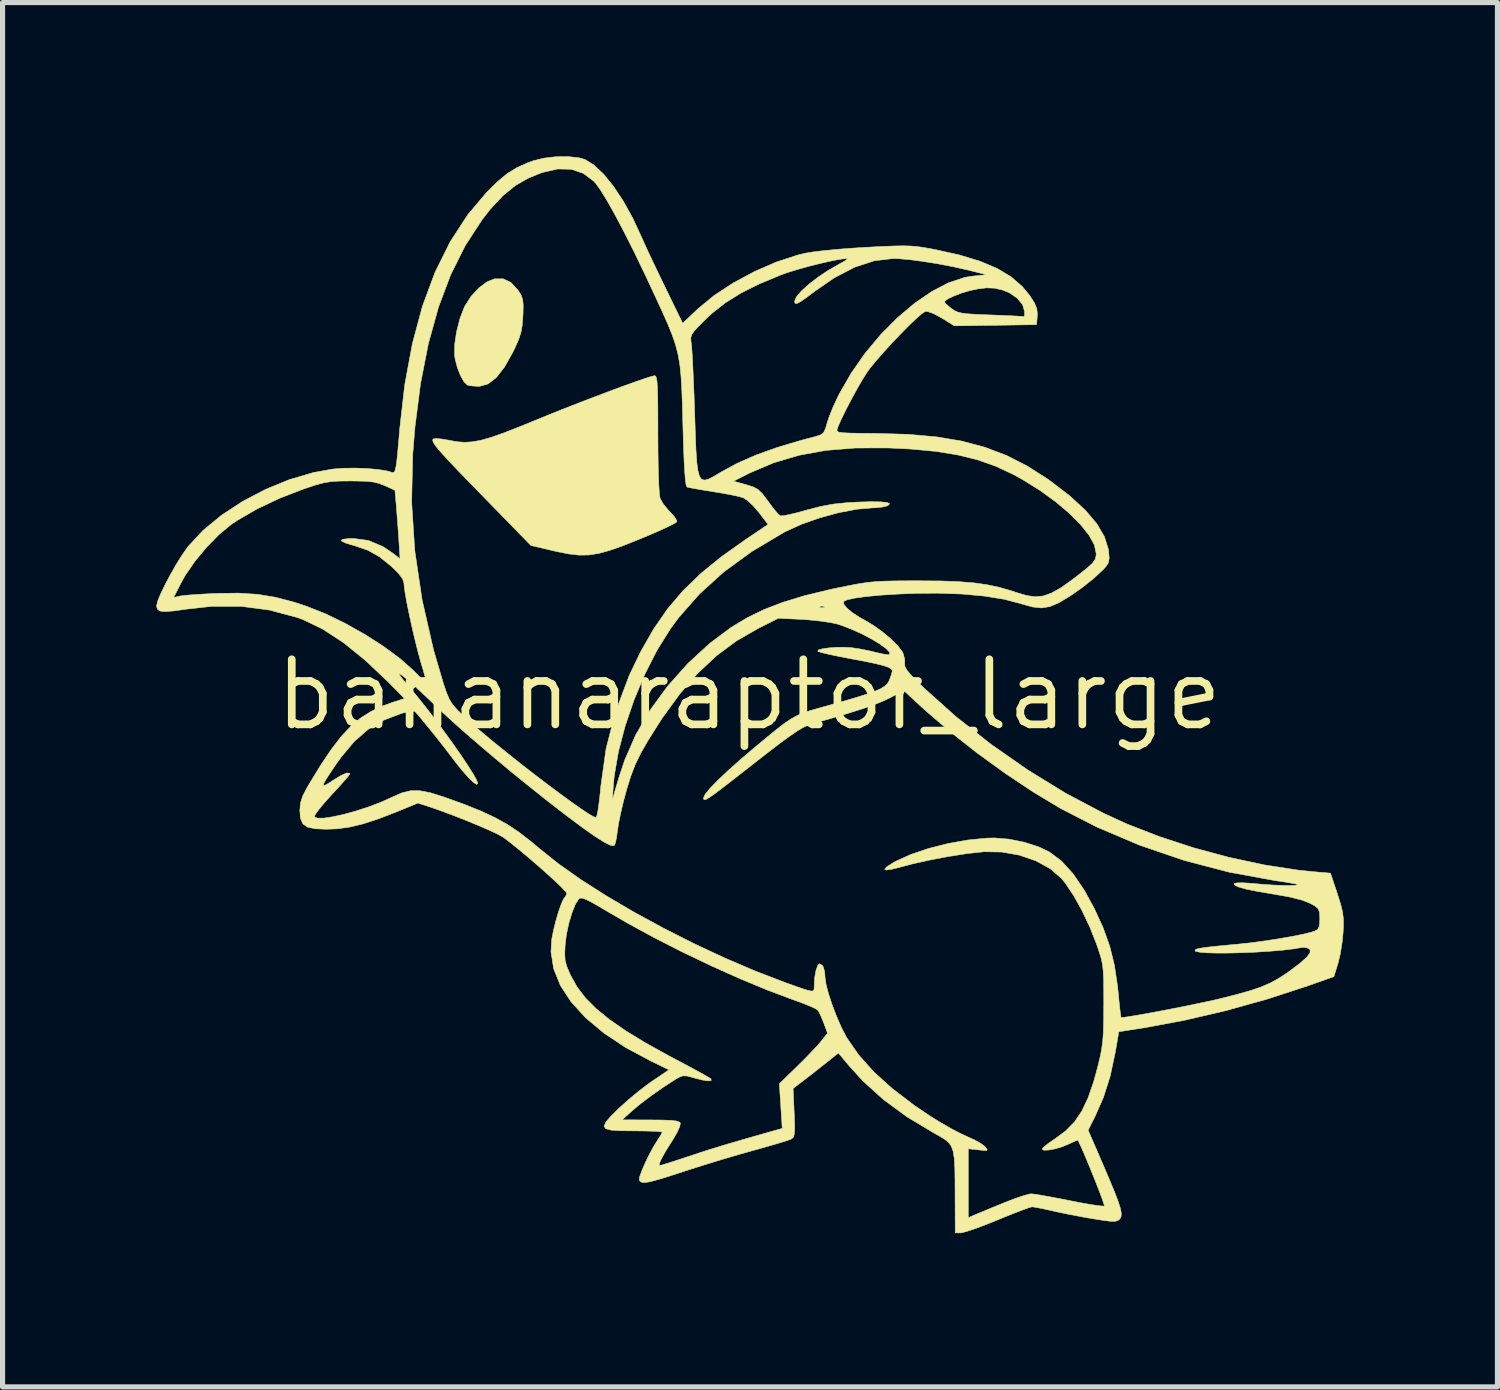
<source format=kicad_pcb>
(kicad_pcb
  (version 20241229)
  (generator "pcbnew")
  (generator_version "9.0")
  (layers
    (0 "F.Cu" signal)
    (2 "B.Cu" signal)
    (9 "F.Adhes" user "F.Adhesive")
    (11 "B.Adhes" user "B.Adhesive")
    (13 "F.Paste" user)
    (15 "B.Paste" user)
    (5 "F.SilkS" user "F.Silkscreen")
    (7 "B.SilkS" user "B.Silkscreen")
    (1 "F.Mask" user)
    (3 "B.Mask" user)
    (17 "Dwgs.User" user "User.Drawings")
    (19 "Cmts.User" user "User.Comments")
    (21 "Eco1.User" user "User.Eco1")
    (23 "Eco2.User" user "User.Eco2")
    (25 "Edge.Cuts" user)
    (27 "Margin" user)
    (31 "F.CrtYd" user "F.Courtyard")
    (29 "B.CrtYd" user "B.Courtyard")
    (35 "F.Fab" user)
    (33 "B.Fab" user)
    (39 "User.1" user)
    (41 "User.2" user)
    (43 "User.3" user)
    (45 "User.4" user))
  (footprint "bananaraptor_large"
    (layer "F.Cu")
    (at 11.562 10.501)
    (property "Reference" "bananaraptor_large" (at 0 0 0) (layer "F.SilkS") (effects (font (size 1.27 1.27) (thickness 0.15))))
    (attr through_hole)
    (fp_poly (pts (xy -4.645 -8.04) (xy -4.507 -7.891) (xy -4.495 -7.873) (xy -4.444 -7.789) (xy -4.416 -7.706) (xy -4.406 -7.597) (xy -4.409 -7.436) (xy -4.412 -7.384) (xy -4.425 -7.205) (xy -4.451 -7.061) (xy -4.498 -6.919) (xy -4.575 -6.747) (xy -4.61 -6.676) (xy -4.772 -6.389) (xy -4.932 -6.185) (xy -5.093 -6.061) (xy -5.257 -6.015) (xy -5.281 -6.015) (xy -5.4 -6.022) (xy -5.486 -6.037) (xy -5.494 -6.04) (xy -5.56 -6.102) (xy -5.629 -6.224) (xy -5.69 -6.38) (xy -5.733 -6.546) (xy -5.744 -6.62) (xy -5.742 -6.833) (xy -5.705 -7.083) (xy -5.64 -7.337) (xy -5.555 -7.558) (xy -5.544 -7.58) (xy -5.422 -7.77) (xy -5.27 -7.935) (xy -5.109 -8.055) (xy -4.968 -8.111) (xy -4.795 -8.112) (xy -4.645 -8.04)) (stroke (width 0.01) (type solid)) (fill yes) (layer "F.SilkS"))
    (fp_poly (pts (xy -1.821 -6.212) (xy -1.806 -6.175) (xy -1.795 -6.101) (xy -1.787 -5.982) (xy -1.782 -5.81) (xy -1.779 -5.575) (xy -1.778 -5.268) (xy -1.778 -5.083) (xy -1.776 -4.723) (xy -1.771 -4.412) (xy -1.764 -4.158) (xy -1.753 -3.969) (xy -1.74 -3.852) (xy -1.734 -3.826) (xy -1.676 -3.724) (xy -1.582 -3.608) (xy -1.541 -3.565) (xy -1.458 -3.472) (xy -1.412 -3.397) (xy -1.409 -3.373) (xy -1.451 -3.343) (xy -1.56 -3.287) (xy -1.721 -3.212) (xy -1.924 -3.123) (xy -2.141 -3.033) (xy -2.458 -2.906) (xy -2.716 -2.815) (xy -2.934 -2.755) (xy -3.128 -2.725) (xy -3.315 -2.722) (xy -3.515 -2.745) (xy -3.744 -2.79) (xy -3.831 -2.81) (xy -4.255 -2.91) (xy -5.158 -3.836) (xy -5.438 -4.123) (xy -5.663 -4.356) (xy -5.839 -4.541) (xy -5.971 -4.684) (xy -6.066 -4.792) (xy -6.127 -4.87) (xy -6.16 -4.924) (xy -6.171 -4.96) (xy -6.165 -4.986) (xy -6.165 -4.987) (xy -6.115 -4.997) (xy -6.004 -4.988) (xy -5.855 -4.963) (xy -5.841 -4.96) (xy -5.691 -4.933) (xy -5.547 -4.923) (xy -5.399 -4.932) (xy -5.232 -4.962) (xy -5.036 -5.018) (xy -4.798 -5.101) (xy -4.505 -5.215) (xy -4.208 -5.336) (xy -3.922 -5.453) (xy -3.617 -5.575) (xy -3.306 -5.697) (xy -2.998 -5.815) (xy -2.704 -5.926) (xy -2.436 -6.025) (xy -2.205 -6.108) (xy -2.02 -6.172) (xy -1.894 -6.211) (xy -1.839 -6.223) (xy -1.821 -6.212)) (stroke (width 0.01) (type solid)) (fill yes) (layer "F.SilkS"))
    (fp_poly (pts (xy -3.316 -10.473) (xy -3.2 -10.44) (xy -3.025 -10.331) (xy -2.835 -10.151) (xy -2.641 -9.911) (xy -2.449 -9.621) (xy -2.267 -9.292) (xy -2.124 -8.984) (xy -2.064 -8.851) (xy -1.977 -8.66) (xy -1.869 -8.431) (xy -1.75 -8.182) (xy -1.648 -7.97) (xy -1.295 -7.245) (xy -0.996 -7.528) (xy -0.683 -7.786) (xy -0.308 -8.032) (xy 0.104 -8.253) (xy 0.53 -8.439) (xy 0.946 -8.575) (xy 1.101 -8.613) (xy 1.244 -8.636) (xy 1.452 -8.661) (xy 1.706 -8.686) (xy 1.986 -8.708) (xy 2.273 -8.727) (xy 2.286 -8.727) (xy 2.585 -8.743) (xy 2.816 -8.752) (xy 2.998 -8.756) (xy 3.148 -8.752) (xy 3.282 -8.741) (xy 3.419 -8.721) (xy 3.575 -8.693) (xy 3.622 -8.684) (xy 4.101 -8.578) (xy 4.504 -8.456) (xy 4.837 -8.316) (xy 5.11 -8.152) (xy 5.33 -7.962) (xy 5.474 -7.787) (xy 5.566 -7.644) (xy 5.612 -7.535) (xy 5.624 -7.429) (xy 5.622 -7.388) (xy 5.609 -7.218) (xy 4.807 -7.206) (xy 4.005 -7.195) (xy 3.759 -7.347) (xy 3.597 -7.435) (xy 3.479 -7.475) (xy 3.434 -7.474) (xy 3.369 -7.431) (xy 3.26 -7.336) (xy 3.119 -7.202) (xy 2.96 -7.04) (xy 2.792 -6.865) (xy 2.629 -6.686) (xy 2.482 -6.518) (xy 2.363 -6.373) (xy 2.3 -6.287) (xy 2.211 -6.145) (xy 2.106 -5.963) (xy 1.995 -5.76) (xy 1.889 -5.557) (xy 1.8 -5.375) (xy 1.738 -5.234) (xy 1.721 -5.186) (xy 1.715 -5.156) (xy 1.724 -5.134) (xy 1.761 -5.119) (xy 1.836 -5.109) (xy 1.959 -5.103) (xy 2.142 -5.099) (xy 2.395 -5.097) (xy 2.488 -5.096) (xy 3.106 -5.078) (xy 3.657 -5.029) (xy 4.153 -4.946) (xy 4.604 -4.825) (xy 5.025 -4.665) (xy 5.427 -4.46) (xy 5.822 -4.208) (xy 5.881 -4.166) (xy 6.261 -3.874) (xy 6.561 -3.598) (xy 6.783 -3.336) (xy 6.931 -3.084) (xy 7.008 -2.839) (xy 7.014 -2.796) (xy 7.025 -2.662) (xy 7.01 -2.574) (xy 6.957 -2.494) (xy 6.896 -2.428) (xy 6.717 -2.263) (xy 6.494 -2.086) (xy 6.259 -1.922) (xy 6.046 -1.794) (xy 6.033 -1.788) (xy 5.866 -1.718) (xy 5.706 -1.692) (xy 5.529 -1.711) (xy 5.307 -1.773) (xy 5.289 -1.779) (xy 4.976 -1.861) (xy 4.593 -1.923) (xy 4.153 -1.963) (xy 3.67 -1.98) (xy 3.239 -1.976) (xy 2.877 -1.961) (xy 2.555 -1.94) (xy 2.281 -1.914) (xy 2.066 -1.884) (xy 1.917 -1.852) (xy 1.847 -1.82) (xy 1.846 -1.768) (xy 1.907 -1.69) (xy 2.017 -1.598) (xy 2.161 -1.505) (xy 2.235 -1.465) (xy 2.411 -1.361) (xy 2.594 -1.231) (xy 2.764 -1.089) (xy 2.902 -0.952) (xy 2.991 -0.835) (xy 3.004 -0.809) (xy 3.036 -0.692) (xy 3.036 -0.595) (xy 3.036 -0.594) (xy 3.042 -0.542) (xy 3.087 -0.468) (xy 3.178 -0.362) (xy 3.324 -0.215) (xy 3.405 -0.136) (xy 4.04 0.432) (xy 4.724 0.971) (xy 5.441 1.471) (xy 6.173 1.921) (xy 6.905 2.308) (xy 7.366 2.52) (xy 8.003 2.768) (xy 8.679 2.989) (xy 9.372 3.176) (xy 10.058 3.322) (xy 10.714 3.423) (xy 10.994 3.452) (xy 11.342 3.482) (xy 11.476 3.884) (xy 11.539 4.085) (xy 11.577 4.238) (xy 11.594 4.376) (xy 11.594 4.53) (xy 11.589 4.63) (xy 11.568 4.838) (xy 11.533 5.055) (xy 11.49 5.234) (xy 11.489 5.237) (xy 11.409 5.5) (xy 10.88 5.687) (xy 10.104 5.94) (xy 9.297 6.165) (xy 8.49 6.353) (xy 7.715 6.497) (xy 7.681 6.502) (xy 7.213 6.575) (xy 7.143 6.981) (xy 7.044 7.445) (xy 6.913 7.856) (xy 6.754 8.217) (xy 6.614 8.496) (xy 6.906 9.169) (xy 7.036 9.474) (xy 7.134 9.711) (xy 7.202 9.89) (xy 7.244 10.022) (xy 7.261 10.114) (xy 7.258 10.178) (xy 7.236 10.223) (xy 7.225 10.235) (xy 7.187 10.262) (xy 7.133 10.274) (xy 7.044 10.272) (xy 6.903 10.254) (xy 6.724 10.226) (xy 6.489 10.185) (xy 6.237 10.137) (xy 6.009 10.09) (xy 5.934 10.073) (xy 5.766 10.035) (xy 5.625 10.007) (xy 5.536 9.992) (xy 5.521 9.991) (xy 5.463 10.006) (xy 5.342 10.049) (xy 5.173 10.114) (xy 4.971 10.195) (xy 4.851 10.245) (xy 4.632 10.333) (xy 4.433 10.408) (xy 4.271 10.463) (xy 4.161 10.494) (xy 4.131 10.499) (xy 4.022 10.499) (xy 4.019 9.79) (xy 4.018 9.472) (xy 4.014 9.227) (xy 4.003 9.043) (xy 3.981 8.907) (xy 3.945 8.808) (xy 3.891 8.733) (xy 3.814 8.671) (xy 3.711 8.609) (xy 3.619 8.558) (xy 3.085 8.238) (xy 2.623 7.9) (xy 2.221 7.537) (xy 1.945 7.232) (xy 1.743 6.99) (xy 1.494 7.189) (xy 1.337 7.313) (xy 1.174 7.441) (xy 1.052 7.534) (xy 0.859 7.682) (xy 0.88 8.154) (xy 0.888 8.362) (xy 0.888 8.5) (xy 0.88 8.586) (xy 0.862 8.635) (xy 0.83 8.663) (xy 0.821 8.669) (xy 0.754 8.694) (xy 0.621 8.736) (xy 0.438 8.79) (xy 0.222 8.852) (xy 0.085 8.89) (xy -0.202 8.971) (xy -0.532 9.068) (xy -0.871 9.172) (xy -1.183 9.271) (xy -1.263 9.297) (xy -1.546 9.389) (xy -1.76 9.455) (xy -1.914 9.497) (xy -2.019 9.516) (xy -2.086 9.515) (xy -2.124 9.495) (xy -2.142 9.466) (xy -2.134 9.404) (xy -2.092 9.288) (xy -2.028 9.139) (xy -1.949 8.976) (xy -1.865 8.82) (xy -1.785 8.69) (xy -1.773 8.672) (xy -1.718 8.587) (xy -1.693 8.536) (xy -1.693 8.534) (xy -1.733 8.525) (xy -1.842 8.517) (xy -2.004 8.512) (xy -2.203 8.509) (xy -2.245 8.509) (xy -2.507 8.506) (xy -2.689 8.495) (xy -2.795 8.467) (xy -2.829 8.417) (xy -2.794 8.338) (xy -2.696 8.225) (xy -2.539 8.069) (xy -2.533 8.064) (xy -2.353 7.901) (xy -2.146 7.73) (xy -1.95 7.581) (xy -1.889 7.539) (xy -1.562 7.318) (xy -1.913 7.148) (xy -2.405 6.885) (xy -2.831 6.602) (xy -3.187 6.304) (xy -3.471 5.993) (xy -3.68 5.673) (xy -3.812 5.347) (xy -3.858 5.051) (xy -3.596 5.051) (xy -3.588 5.179) (xy -3.558 5.295) (xy -3.498 5.437) (xy -3.479 5.479) (xy -3.356 5.7) (xy -3.194 5.913) (xy -2.986 6.123) (xy -2.725 6.336) (xy -2.406 6.557) (xy -2.021 6.792) (xy -1.563 7.046) (xy -1.439 7.111) (xy -1.223 7.226) (xy -1.032 7.329) (xy -0.88 7.413) (xy -0.778 7.472) (xy -0.743 7.496) (xy -0.737 7.527) (xy -0.798 7.534) (xy -0.913 7.517) (xy -1.07 7.477) (xy -1.081 7.473) (xy -1.208 7.439) (xy -1.293 7.436) (xy -1.372 7.466) (xy -1.437 7.504) (xy -1.671 7.656) (xy -1.912 7.825) (xy -2.131 7.991) (xy -2.288 8.124) (xy -2.477 8.294) (xy -1.92 8.296) (xy -1.683 8.298) (xy -1.519 8.305) (xy -1.415 8.317) (xy -1.359 8.337) (xy -1.34 8.358) (xy -1.351 8.421) (xy -1.399 8.531) (xy -1.476 8.664) (xy -1.482 8.674) (xy -1.619 8.892) (xy -1.709 9.052) (xy -1.752 9.151) (xy -1.746 9.186) (xy -1.745 9.186) (xy -1.694 9.173) (xy -1.579 9.138) (xy -1.417 9.086) (xy -1.224 9.022) (xy -1.205 9.016) (xy -0.961 8.935) (xy -0.717 8.857) (xy -0.454 8.777) (xy -0.154 8.689) (xy 0.202 8.587) (xy 0.398 8.531) (xy 0.647 8.461) (xy 0.619 8.025) (xy 0.591 7.59) (xy 0.934 7.256) (xy 1.088 7.103) (xy 1.233 6.953) (xy 1.349 6.828) (xy 1.404 6.763) (xy 1.531 6.604) (xy 1.457 6.403) (xy 1.405 6.276) (xy 1.357 6.179) (xy 1.337 6.151) (xy 1.28 6.117) (xy 1.161 6.064) (xy 0.999 6) (xy 0.853 5.948) (xy 0.367 5.766) (xy -0.167 5.545) (xy -0.728 5.294) (xy -1.295 5.023) (xy -1.849 4.741) (xy -2.368 4.458) (xy -2.701 4.265) (xy -2.921 4.135) (xy -3.079 4.045) (xy -3.189 3.991) (xy -3.26 3.968) (xy -3.303 3.971) (xy -3.321 3.984) (xy -3.389 4.091) (xy -3.456 4.259) (xy -3.517 4.463) (xy -3.563 4.681) (xy -3.587 4.875) (xy -3.596 5.051) (xy -3.858 5.051) (xy -3.864 5.018) (xy -3.849 4.773) (xy -3.815 4.599) (xy -3.769 4.413) (xy -3.717 4.235) (xy -3.664 4.086) (xy -3.619 3.985) (xy -3.595 3.956) (xy -3.559 3.897) (xy -3.556 3.874) (xy -3.587 3.831) (xy -3.671 3.744) (xy -3.797 3.624) (xy -3.953 3.482) (xy -4.127 3.328) (xy -4.308 3.173) (xy -4.482 3.027) (xy -4.639 2.9) (xy -4.767 2.802) (xy -4.806 2.775) (xy -4.903 2.721) (xy -5.063 2.646) (xy -5.268 2.557) (xy -5.501 2.461) (xy -5.744 2.365) (xy -5.981 2.276) (xy -6.194 2.201) (xy -6.246 2.184) (xy -6.46 2.115) (xy -6.881 2.288) (xy -7.234 2.424) (xy -7.532 2.521) (xy -7.795 2.584) (xy -8.04 2.617) (xy -8.244 2.625) (xy -8.464 2.616) (xy -8.613 2.584) (xy -8.705 2.519) (xy -8.75 2.413) (xy -8.753 2.381) (xy -8.481 2.381) (xy -8.48 2.383) (xy -8.418 2.409) (xy -8.291 2.408) (xy -8.113 2.381) (xy -7.901 2.334) (xy -7.666 2.269) (xy -7.424 2.19) (xy -7.188 2.101) (xy -6.974 2.005) (xy -6.947 1.992) (xy -6.766 1.913) (xy -6.599 1.874) (xy -6.423 1.874) (xy -6.217 1.913) (xy -5.961 1.993) (xy -5.927 2.005) (xy -5.543 2.144) (xy -5.224 2.273) (xy -4.954 2.399) (xy -4.715 2.532) (xy -4.489 2.682) (xy -4.262 2.858) (xy -4.085 3.006) (xy -3.717 3.3) (xy -3.28 3.608) (xy -2.785 3.924) (xy -2.246 4.241) (xy -1.673 4.553) (xy -1.081 4.853) (xy -0.481 5.134) (xy 0.115 5.389) (xy 0.695 5.612) (xy 0.72 5.621) (xy 0.939 5.699) (xy 1.09 5.751) (xy 1.187 5.778) (xy 1.241 5.782) (xy 1.265 5.763) (xy 1.27 5.724) (xy 1.27 5.686) (xy 1.28 5.519) (xy 1.306 5.377) (xy 1.341 5.28) (xy 1.377 5.249) (xy 1.439 5.289) (xy 1.475 5.401) (xy 1.482 5.511) (xy 1.5 5.643) (xy 1.548 5.829) (xy 1.619 6.046) (xy 1.706 6.273) (xy 1.799 6.487) (xy 1.892 6.668) (xy 1.904 6.689) (xy 2.137 7.026) (xy 2.43 7.355) (xy 2.79 7.681) (xy 3.222 8.011) (xy 3.545 8.229) (xy 3.745 8.352) (xy 3.951 8.47) (xy 4.136 8.566) (xy 4.248 8.617) (xy 4.399 8.686) (xy 4.527 8.758) (xy 4.6 8.814) (xy 4.643 8.867) (xy 4.64 8.89) (xy 4.577 8.89) (xy 4.477 8.88) (xy 4.276 8.858) (xy 4.276 10.203) (xy 4.434 10.135) (xy 4.543 10.09) (xy 4.703 10.023) (xy 4.891 9.946) (xy 5 9.902) (xy 5.181 9.832) (xy 5.341 9.777) (xy 5.459 9.744) (xy 5.504 9.737) (xy 5.577 9.745) (xy 5.717 9.768) (xy 5.906 9.802) (xy 6.127 9.844) (xy 6.252 9.869) (xy 6.476 9.913) (xy 6.671 9.947) (xy 6.82 9.969) (xy 6.911 9.977) (xy 6.931 9.974) (xy 6.921 9.932) (xy 6.885 9.827) (xy 6.829 9.677) (xy 6.758 9.496) (xy 6.68 9.302) (xy 6.601 9.109) (xy 6.527 8.934) (xy 6.465 8.793) (xy 6.421 8.701) (xy 6.414 8.69) (xy 6.377 8.701) (xy 6.289 8.741) (xy 6.232 8.768) (xy 6.103 8.821) (xy 5.965 8.861) (xy 5.839 8.884) (xy 5.748 8.886) (xy 5.715 8.864) (xy 5.749 8.824) (xy 5.836 8.755) (xy 5.959 8.67) (xy 5.97 8.663) (xy 6.176 8.51) (xy 6.348 8.335) (xy 6.491 8.124) (xy 6.613 7.866) (xy 6.724 7.546) (xy 6.806 7.243) (xy 6.848 7.069) (xy 6.878 6.917) (xy 6.898 6.767) (xy 6.911 6.598) (xy 6.917 6.391) (xy 6.919 6.125) (xy 6.92 6.032) (xy 6.919 5.76) (xy 6.917 5.555) (xy 6.91 5.399) (xy 6.896 5.274) (xy 6.874 5.163) (xy 6.84 5.049) (xy 6.794 4.912) (xy 6.779 4.868) (xy 6.649 4.538) (xy 6.497 4.216) (xy 6.334 3.923) (xy 6.173 3.682) (xy 6.097 3.588) (xy 5.877 3.396) (xy 5.597 3.242) (xy 5.276 3.131) (xy 4.931 3.07) (xy 4.581 3.064) (xy 4.565 3.066) (xy 4.252 3.1) (xy 3.893 3.156) (xy 3.524 3.226) (xy 3.179 3.303) (xy 2.97 3.359) (xy 2.785 3.406) (xy 2.676 3.421) (xy 2.644 3.404) (xy 2.69 3.356) (xy 2.813 3.278) (xy 2.86 3.251) (xy 3.151 3.119) (xy 3.499 3.001) (xy 3.88 2.904) (xy 4.267 2.835) (xy 4.635 2.799) (xy 4.784 2.795) (xy 5.069 2.818) (xy 5.37 2.879) (xy 5.653 2.97) (xy 5.856 3.067) (xy 6.093 3.244) (xy 6.319 3.491) (xy 6.54 3.815) (xy 6.733 4.168) (xy 6.908 4.55) (xy 7.036 4.907) (xy 7.126 5.273) (xy 7.187 5.679) (xy 7.202 5.821) (xy 7.22 6.009) (xy 7.237 6.163) (xy 7.25 6.264) (xy 7.257 6.297) (xy 7.303 6.296) (xy 7.418 6.279) (xy 7.588 6.251) (xy 7.801 6.213) (xy 8.042 6.168) (xy 8.297 6.119) (xy 8.553 6.068) (xy 8.797 6.017) (xy 9.014 5.971) (xy 9.191 5.93) (xy 9.211 5.925) (xy 9.533 5.843) (xy 9.79 5.77) (xy 9.997 5.699) (xy 10.172 5.622) (xy 10.333 5.534) (xy 10.496 5.427) (xy 10.55 5.389) (xy 10.749 5.238) (xy 10.879 5.122) (xy 10.942 5.036) (xy 10.944 4.976) (xy 10.916 4.949) (xy 10.829 4.928) (xy 10.774 4.933) (xy 10.611 4.96) (xy 10.401 4.985) (xy 10.158 5.005) (xy 9.896 5.022) (xy 9.628 5.033) (xy 9.37 5.04) (xy 9.136 5.041) (xy 8.938 5.036) (xy 8.792 5.024) (xy 8.711 5.006) (xy 8.701 4.998) (xy 8.702 4.979) (xy 8.736 4.961) (xy 8.813 4.944) (xy 8.941 4.926) (xy 9.131 4.905) (xy 9.391 4.88) (xy 9.546 4.866) (xy 9.799 4.839) (xy 10.071 4.802) (xy 10.344 4.76) (xy 10.599 4.715) (xy 10.817 4.671) (xy 10.979 4.63) (xy 11.03 4.613) (xy 11.094 4.578) (xy 11.125 4.516) (xy 11.133 4.402) (xy 11.134 4.372) (xy 11.129 4.249) (xy 11.102 4.175) (xy 11.033 4.118) (xy 10.947 4.071) (xy 10.785 4.007) (xy 10.547 3.947) (xy 10.245 3.893) (xy 9.928 3.84) (xy 9.691 3.792) (xy 9.537 3.748) (xy 9.466 3.709) (xy 9.468 3.682) (xy 9.524 3.671) (xy 9.642 3.67) (xy 9.798 3.68) (xy 9.842 3.684) (xy 10.029 3.701) (xy 10.221 3.714) (xy 10.402 3.721) (xy 10.555 3.723) (xy 10.661 3.719) (xy 10.705 3.709) (xy 10.704 3.705) (xy 10.657 3.691) (xy 10.543 3.67) (xy 10.383 3.644) (xy 10.24 3.623) (xy 9.366 3.463) (xy 8.484 3.232) (xy 7.615 2.935) (xy 6.778 2.579) (xy 6.073 2.217) (xy 5.552 1.904) (xy 5.005 1.54) (xy 4.455 1.142) (xy 3.926 0.725) (xy 3.439 0.308) (xy 3.319 0.198) (xy 3.018 -0.081) (xy 2.747 0.062) (xy 2.608 0.128) (xy 2.43 0.199) (xy 2.204 0.278) (xy 1.919 0.368) (xy 1.569 0.472) (xy 1.228 0.569) (xy 1.143 0.598) (xy 1.048 0.644) (xy 0.934 0.712) (xy 0.791 0.81) (xy 0.61 0.942) (xy 0.382 1.117) (xy 0.127 1.316) (xy -0.16 1.54) (xy -0.387 1.717) (xy -0.561 1.851) (xy -0.69 1.947) (xy -0.78 2.009) (xy -0.838 2.042) (xy -0.871 2.051) (xy -0.885 2.041) (xy -0.889 2.015) (xy -0.889 2.013) (xy -0.856 1.943) (xy -0.762 1.828) (xy -0.612 1.673) (xy -0.411 1.483) (xy -0.166 1.265) (xy 0.106 1.033) (xy 0.347 0.833) (xy 0.536 0.679) (xy 0.687 0.562) (xy 0.815 0.475) (xy 0.932 0.41) (xy 1.053 0.358) (xy 1.191 0.312) (xy 1.36 0.263) (xy 1.46 0.235) (xy 1.81 0.137) (xy 2.086 0.056) (xy 2.299 -0.011) (xy 2.458 -0.068) (xy 2.571 -0.118) (xy 2.647 -0.165) (xy 2.697 -0.213) (xy 2.729 -0.266) (xy 2.735 -0.279) (xy 2.774 -0.385) (xy 2.794 -0.459) (xy 2.794 -0.465) (xy 2.777 -0.5) (xy 2.72 -0.534) (xy 2.613 -0.57) (xy 2.449 -0.61) (xy 2.217 -0.658) (xy 1.974 -0.703) (xy 1.758 -0.745) (xy 1.571 -0.784) (xy 1.43 -0.817) (xy 1.35 -0.841) (xy 1.339 -0.847) (xy 1.352 -0.872) (xy 1.429 -0.894) (xy 1.552 -0.912) (xy 1.701 -0.923) (xy 1.855 -0.925) (xy 1.996 -0.917) (xy 2.004 -0.916) (xy 2.175 -0.89) (xy 2.369 -0.85) (xy 2.472 -0.825) (xy 2.607 -0.794) (xy 2.706 -0.779) (xy 2.743 -0.782) (xy 2.74 -0.83) (xy 2.67 -0.902) (xy 2.549 -0.99) (xy 2.389 -1.086) (xy 2.204 -1.184) (xy 2.005 -1.274) (xy 1.808 -1.35) (xy 1.735 -1.374) (xy 1.593 -1.406) (xy 1.396 -1.435) (xy 1.175 -1.458) (xy 1.037 -1.468) (xy 0.572 -1.491) (xy 0.179 -1.293) (xy -0.241 -1.052) (xy -0.631 -0.763) (xy -0.998 -0.42) (xy -1.351 -0.015) (xy -1.697 0.461) (xy -1.968 0.889) (xy -2.112 1.14) (xy -2.221 1.364) (xy -2.31 1.598) (xy -2.39 1.856) (xy -2.451 2.084) (xy -2.505 2.313) (xy -2.546 2.514) (xy -2.566 2.646) (xy -2.586 2.791) (xy -2.61 2.9) (xy -2.633 2.947) (xy -2.699 2.94) (xy -2.827 2.877) (xy -3.017 2.756) (xy -3.269 2.578) (xy -3.583 2.343) (xy -3.96 2.051) (xy -4.333 1.753) (xy -4.633 1.51) (xy -4.942 1.253) (xy -5.247 0.994) (xy -5.533 0.747) (xy -5.784 0.524) (xy -5.987 0.337) (xy -6.027 0.299) (xy -6.285 0.054) (xy -6.494 -0.141) (xy -6.655 -0.284) (xy -6.764 -0.374) (xy -6.819 -0.409) (xy -6.82 -0.389) (xy -6.765 -0.312) (xy -6.651 -0.176) (xy -6.639 -0.162) (xy -6.484 0.022) (xy -6.313 0.236) (xy -6.133 0.469) (xy -5.954 0.711) (xy -5.781 0.95) (xy -5.623 1.176) (xy -5.488 1.378) (xy -5.382 1.545) (xy -5.314 1.667) (xy -5.292 1.731) (xy -5.315 1.751) (xy -5.38 1.709) (xy -5.479 1.612) (xy -5.605 1.468) (xy -5.752 1.282) (xy -5.793 1.228) (xy -5.924 1.056) (xy -6.079 0.858) (xy -6.241 0.657) (xy -6.39 0.475) (xy -6.509 0.336) (xy -6.517 0.328) (xy -6.569 0.322) (xy -6.676 0.339) (xy -6.776 0.364) (xy -7.125 0.496) (xy -7.43 0.676) (xy -7.703 0.915) (xy -7.961 1.223) (xy -8.034 1.325) (xy -8.17 1.526) (xy -8.259 1.663) (xy -8.302 1.744) (xy -8.3 1.775) (xy -8.256 1.76) (xy -8.17 1.708) (xy -8.121 1.675) (xy -7.961 1.577) (xy -7.85 1.528) (xy -7.795 1.532) (xy -7.789 1.549) (xy -7.817 1.588) (xy -7.891 1.675) (xy -8.001 1.799) (xy -8.137 1.946) (xy -8.148 1.958) (xy -8.282 2.107) (xy -8.389 2.236) (xy -8.459 2.332) (xy -8.481 2.381) (xy -8.753 2.381) (xy -8.763 2.256) (xy -8.763 2.254) (xy -8.751 2.116) (xy -8.708 1.98) (xy -8.623 1.814) (xy -8.601 1.777) (xy -8.367 1.392) (xy -8.156 1.076) (xy -7.959 0.82) (xy -7.768 0.615) (xy -7.573 0.452) (xy -7.365 0.322) (xy -7.135 0.216) (xy -6.949 0.149) (xy -6.722 0.075) (xy -7.033 -0.241) (xy -7.483 -0.668) (xy -7.912 -1.015) (xy -8.32 -1.281) (xy -8.707 -1.467) (xy -8.808 -1.504) (xy -9.358 -1.651) (xy -9.91 -1.723) (xy -10.481 -1.723) (xy -10.987 -1.667) (xy -11.218 -1.634) (xy -11.379 -1.621) (xy -11.48 -1.629) (xy -11.535 -1.659) (xy -11.556 -1.714) (xy -11.557 -1.738) (xy -11.535 -1.827) (xy -11.508 -1.894) (xy -11.225 -1.894) (xy -11.105 -1.923) (xy -11.021 -1.935) (xy -10.87 -1.948) (xy -10.673 -1.961) (xy -10.448 -1.973) (xy -10.369 -1.976) (xy -9.953 -1.981) (xy -9.586 -1.957) (xy -9.239 -1.9) (xy -8.88 -1.806) (xy -8.636 -1.726) (xy -8.267 -1.58) (xy -7.88 -1.392) (xy -7.495 -1.176) (xy -7.131 -0.942) (xy -6.809 -0.704) (xy -6.548 -0.474) (xy -6.54 -0.465) (xy -6.425 -0.35) (xy -6.337 -0.262) (xy -6.288 -0.216) (xy -6.283 -0.212) (xy -6.292 -0.249) (xy -6.32 -0.351) (xy -6.363 -0.5) (xy -6.4 -0.624) (xy -6.456 -0.827) (xy -6.516 -1.065) (xy -6.575 -1.318) (xy -6.63 -1.57) (xy -6.677 -1.801) (xy -6.711 -1.995) (xy -6.729 -2.133) (xy -6.731 -2.171) (xy -6.757 -2.257) (xy -6.84 -2.367) (xy -6.974 -2.5) (xy -7.204 -2.686) (xy -7.434 -2.816) (xy -7.701 -2.908) (xy -7.758 -2.923) (xy -7.874 -2.959) (xy -7.946 -2.995) (xy -7.959 -3.011) (xy -7.92 -3.031) (xy -7.821 -3.044) (xy -7.715 -3.047) (xy -7.425 -3.008) (xy -7.144 -2.89) (xy -6.96 -2.767) (xy -6.808 -2.651) (xy -6.834 -3.051) (xy -6.849 -3.267) (xy -6.866 -3.488) (xy -6.881 -3.676) (xy -6.884 -3.719) (xy -6.888 -3.757) (xy -6.582 -3.757) (xy -6.521 -2.81) (xy -6.378 -1.848) (xy -6.155 -0.873) (xy -5.966 -0.23) (xy -5.903 -0.043) (xy -5.847 0.09) (xy -5.78 0.196) (xy -5.685 0.303) (xy -5.55 0.435) (xy -5.39 0.58) (xy -5.192 0.75) (xy -4.963 0.94) (xy -4.714 1.141) (xy -4.453 1.349) (xy -4.188 1.555) (xy -3.929 1.753) (xy -3.683 1.936) (xy -3.461 2.098) (xy -3.271 2.231) (xy -3.122 2.33) (xy -3.022 2.386) (xy -2.985 2.397) (xy -2.966 2.353) (xy -2.944 2.24) (xy -2.921 2.073) (xy -2.919 2.053) (xy -2.667 2.053) (xy -2.587 1.778) (xy -2.529 1.588) (xy -2.464 1.389) (xy -2.423 1.27) (xy -2.211 0.784) (xy -1.928 0.298) (xy -1.584 -0.171) (xy -1.192 -0.61) (xy -0.764 -1.003) (xy -0.35 -1.312) (xy -0.038 -1.5) (xy 0.295 -1.662) (xy 0.403 -1.703) (xy 1.373 -1.703) (xy 1.415 -1.697) (xy 1.47 -1.704) (xy 1.47 -1.719) (xy 1.414 -1.729) (xy 1.389 -1.722) (xy 1.373 -1.703) (xy 0.403 -1.703) (xy 0.666 -1.804) (xy 1.087 -1.932) (xy 1.575 -2.05) (xy 1.714 -2.08) (xy 1.942 -2.126) (xy 2.129 -2.162) (xy 2.294 -2.187) (xy 2.456 -2.204) (xy 2.633 -2.214) (xy 2.845 -2.219) (xy 3.11 -2.221) (xy 3.323 -2.221) (xy 3.737 -2.218) (xy 4.083 -2.205) (xy 4.377 -2.182) (xy 4.636 -2.146) (xy 4.875 -2.096) (xy 5.111 -2.028) (xy 5.229 -1.989) (xy 5.418 -1.933) (xy 5.582 -1.91) (xy 5.738 -1.925) (xy 5.9 -1.982) (xy 6.083 -2.085) (xy 6.302 -2.24) (xy 6.458 -2.36) (xy 6.606 -2.479) (xy 6.698 -2.564) (xy 6.748 -2.632) (xy 6.768 -2.699) (xy 6.771 -2.756) (xy 6.736 -2.921) (xy 6.631 -3.112) (xy 6.464 -3.321) (xy 6.243 -3.542) (xy 5.977 -3.766) (xy 5.673 -3.986) (xy 5.339 -4.194) (xy 5.156 -4.295) (xy 4.818 -4.454) (xy 4.462 -4.58) (xy 4.074 -4.676) (xy 3.641 -4.746) (xy 3.149 -4.792) (xy 2.709 -4.813) (xy 2.073 -4.812) (xy 1.497 -4.765) (xy 0.97 -4.669) (xy 0.479 -4.523) (xy 0.013 -4.325) (xy -0.024 -4.306) (xy -0.304 -4.165) (xy -0.056 -4.096) (xy 0.078 -4.054) (xy 0.172 -4.004) (xy 0.255 -3.926) (xy 0.35 -3.801) (xy 0.374 -3.768) (xy 0.47 -3.639) (xy 0.552 -3.54) (xy 0.606 -3.49) (xy 0.61 -3.488) (xy 0.67 -3.491) (xy 0.793 -3.515) (xy 0.959 -3.555) (xy 1.125 -3.601) (xy 1.394 -3.671) (xy 1.638 -3.717) (xy 1.898 -3.744) (xy 2.103 -3.756) (xy 2.37 -3.764) (xy 2.568 -3.761) (xy 2.694 -3.748) (xy 2.743 -3.725) (xy 2.712 -3.693) (xy 2.688 -3.681) (xy 2.594 -3.659) (xy 2.46 -3.645) (xy 2.41 -3.644) (xy 2.098 -3.617) (xy 1.745 -3.549) (xy 1.377 -3.449) (xy 1.022 -3.324) (xy 0.708 -3.181) (xy 0.677 -3.164) (xy 0.054 -2.793) (xy -0.492 -2.395) (xy -0.966 -1.966) (xy -1.374 -1.502) (xy -1.53 -1.291) (xy -1.79 -0.876) (xy -2.029 -0.407) (xy -2.24 0.094) (xy -2.416 0.607) (xy -2.548 1.111) (xy -2.63 1.586) (xy -2.647 1.77) (xy -2.667 2.053) (xy -2.919 2.053) (xy -2.899 1.869) (xy -2.893 1.796) (xy -2.79 1.058) (xy -2.605 0.336) (xy -2.338 -0.374) (xy -2.114 -0.839) (xy -1.864 -1.277) (xy -1.594 -1.668) (xy -1.291 -2.025) (xy -0.942 -2.363) (xy -0.535 -2.694) (xy -0.079 -3.018) (xy 0.371 -3.321) (xy 0.188 -3.56) (xy 0.078 -3.687) (xy -0.031 -3.789) (xy -0.114 -3.842) (xy -0.204 -3.867) (xy -0.355 -3.899) (xy -0.544 -3.934) (xy -0.697 -3.959) (xy -0.889 -3.99) (xy -1.052 -4.018) (xy -1.166 -4.039) (xy -1.21 -4.05) (xy -1.227 -4.086) (xy -1.242 -4.184) (xy -1.255 -4.347) (xy -1.268 -4.582) (xy -1.28 -4.892) (xy -1.291 -5.28) (xy -1.301 -5.662) (xy -1.313 -5.975) (xy -1.329 -6.233) (xy -1.352 -6.451) (xy -1.387 -6.645) (xy -1.435 -6.83) (xy -1.482 -6.967) (xy -1.136 -6.967) (xy -1.134 -6.899) (xy -1.126 -6.845) (xy -1.117 -6.757) (xy -1.107 -6.597) (xy -1.096 -6.378) (xy -1.084 -6.112) (xy -1.072 -5.814) (xy -1.061 -5.495) (xy -1.06 -5.466) (xy -1.048 -5.083) (xy -1.036 -4.778) (xy -1.021 -4.545) (xy -0.999 -4.375) (xy -0.968 -4.263) (xy -0.926 -4.202) (xy -0.867 -4.185) (xy -0.79 -4.204) (xy -0.692 -4.255) (xy -0.569 -4.328) (xy -0.548 -4.341) (xy -0.228 -4.515) (xy 0.137 -4.675) (xy 0.559 -4.826) (xy 1.049 -4.971) (xy 1.294 -5.035) (xy 1.397 -5.068) (xy 1.457 -5.116) (xy 1.496 -5.205) (xy 1.52 -5.291) (xy 1.564 -5.425) (xy 1.636 -5.603) (xy 1.724 -5.794) (xy 1.761 -5.869) (xy 1.995 -6.276) (xy 2.267 -6.664) (xy 2.569 -7.025) (xy 2.892 -7.35) (xy 3.226 -7.633) (xy 3.269 -7.662) (xy 3.81 -7.662) (xy 3.841 -7.623) (xy 3.917 -7.556) (xy 3.948 -7.533) (xy 4.007 -7.492) (xy 4.07 -7.463) (xy 4.154 -7.443) (xy 4.273 -7.429) (xy 4.443 -7.418) (xy 4.68 -7.408) (xy 4.72 -7.407) (xy 4.942 -7.398) (xy 5.132 -7.39) (xy 5.274 -7.382) (xy 5.354 -7.377) (xy 5.366 -7.375) (xy 5.374 -7.404) (xy 5.376 -7.469) (xy 5.337 -7.605) (xy 5.231 -7.735) (xy 5.074 -7.842) (xy 4.943 -7.894) (xy 4.785 -7.93) (xy 4.633 -7.936) (xy 4.459 -7.915) (xy 4.307 -7.882) (xy 4.145 -7.834) (xy 3.996 -7.777) (xy 3.879 -7.722) (xy 3.816 -7.676) (xy 3.81 -7.662) (xy 3.269 -7.662) (xy 3.563 -7.864) (xy 3.892 -8.035) (xy 4.207 -8.14) (xy 4.357 -8.164) (xy 4.636 -8.192) (xy 4.255 -8.287) (xy 3.977 -8.349) (xy 3.679 -8.406) (xy 3.383 -8.453) (xy 3.114 -8.488) (xy 2.892 -8.506) (xy 2.815 -8.508) (xy 2.447 -8.465) (xy 2.063 -8.34) (xy 1.664 -8.133) (xy 1.291 -7.876) (xy 1.121 -7.748) (xy 1.006 -7.668) (xy 0.936 -7.631) (xy 0.9 -7.632) (xy 0.889 -7.666) (xy 0.889 -7.677) (xy 0.924 -7.76) (xy 1.02 -7.873) (xy 1.164 -8.004) (xy 1.343 -8.142) (xy 1.543 -8.276) (xy 1.751 -8.395) (xy 1.764 -8.402) (xy 1.865 -8.459) (xy 1.916 -8.497) (xy 1.912 -8.508) (xy 1.8 -8.497) (xy 1.628 -8.466) (xy 1.418 -8.419) (xy 1.188 -8.362) (xy 0.961 -8.299) (xy 0.758 -8.237) (xy 0.625 -8.19) (xy 0.198 -8.012) (xy -0.158 -7.834) (xy -0.46 -7.646) (xy -0.722 -7.44) (xy -0.831 -7.338) (xy -0.973 -7.198) (xy -1.065 -7.1) (xy -1.116 -7.028) (xy -1.136 -6.967) (xy -1.482 -6.967) (xy -1.5 -7.02) (xy -1.586 -7.231) (xy -1.695 -7.477) (xy -1.817 -7.741) (xy -2.035 -8.208) (xy -2.242 -8.637) (xy -2.435 -9.02) (xy -2.61 -9.352) (xy -2.764 -9.627) (xy -2.894 -9.838) (xy -2.996 -9.98) (xy -3.027 -10.014) (xy -3.233 -10.169) (xy -3.467 -10.249) (xy -3.734 -10.255) (xy -4.036 -10.186) (xy -4.303 -10.078) (xy -4.56 -9.931) (xy -4.804 -9.732) (xy -5.048 -9.47) (xy -5.206 -9.267) (xy -5.535 -8.762) (xy -5.82 -8.192) (xy -6.06 -7.554) (xy -6.256 -6.847) (xy -6.408 -6.071) (xy -6.517 -5.224) (xy -6.561 -4.686) (xy -6.582 -3.757) (xy -6.888 -3.757) (xy -6.908 -3.987) (xy -7.105 -4.078) (xy -7.213 -4.12) (xy -7.329 -4.148) (xy -7.476 -4.163) (xy -7.676 -4.168) (xy -7.768 -4.169) (xy -7.985 -4.167) (xy -8.151 -4.157) (xy -8.299 -4.132) (xy -8.459 -4.089) (xy -8.664 -4.021) (xy -8.685 -4.014) (xy -9.158 -3.831) (xy -9.597 -3.623) (xy -9.981 -3.401) (xy -10.109 -3.315) (xy -10.342 -3.122) (xy -10.583 -2.875) (xy -10.809 -2.602) (xy -10.998 -2.328) (xy -11.078 -2.185) (xy -11.225 -1.894) (xy -11.508 -1.894) (xy -11.477 -1.969) (xy -11.391 -2.147) (xy -11.287 -2.344) (xy -11.173 -2.542) (xy -11.06 -2.724) (xy -10.957 -2.871) (xy -10.943 -2.89) (xy -10.651 -3.204) (xy -10.292 -3.5) (xy -9.88 -3.77) (xy -9.433 -4.004) (xy -8.967 -4.195) (xy -8.498 -4.333) (xy -8.122 -4.401) (xy -7.918 -4.417) (xy -7.686 -4.42) (xy -7.449 -4.411) (xy -7.233 -4.392) (xy -7.06 -4.364) (xy -6.977 -4.34) (xy -6.947 -4.332) (xy -6.923 -4.34) (xy -6.904 -4.377) (xy -6.887 -4.45) (xy -6.87 -4.572) (xy -6.852 -4.752) (xy -6.83 -5) (xy -6.815 -5.182) (xy -6.716 -6.049) (xy -6.568 -6.846) (xy -6.372 -7.576) (xy -6.127 -8.237) (xy -5.832 -8.832) (xy -5.488 -9.361) (xy -5.124 -9.793) (xy -4.911 -10.004) (xy -4.722 -10.161) (xy -4.533 -10.279) (xy -4.321 -10.374) (xy -4.213 -10.414) (xy -4.003 -10.466) (xy -3.764 -10.494) (xy -3.525 -10.496) (xy -3.316 -10.473)) (stroke (width 0.01) (type solid)) (fill yes) (layer "F.SilkS")))
  (gr_rect
    (start -3 -3)
    (end 26.161 24.005)
    (stroke (width 0.1) (type default))
    (fill no)
    (layer "Edge.Cuts")))
</source>
